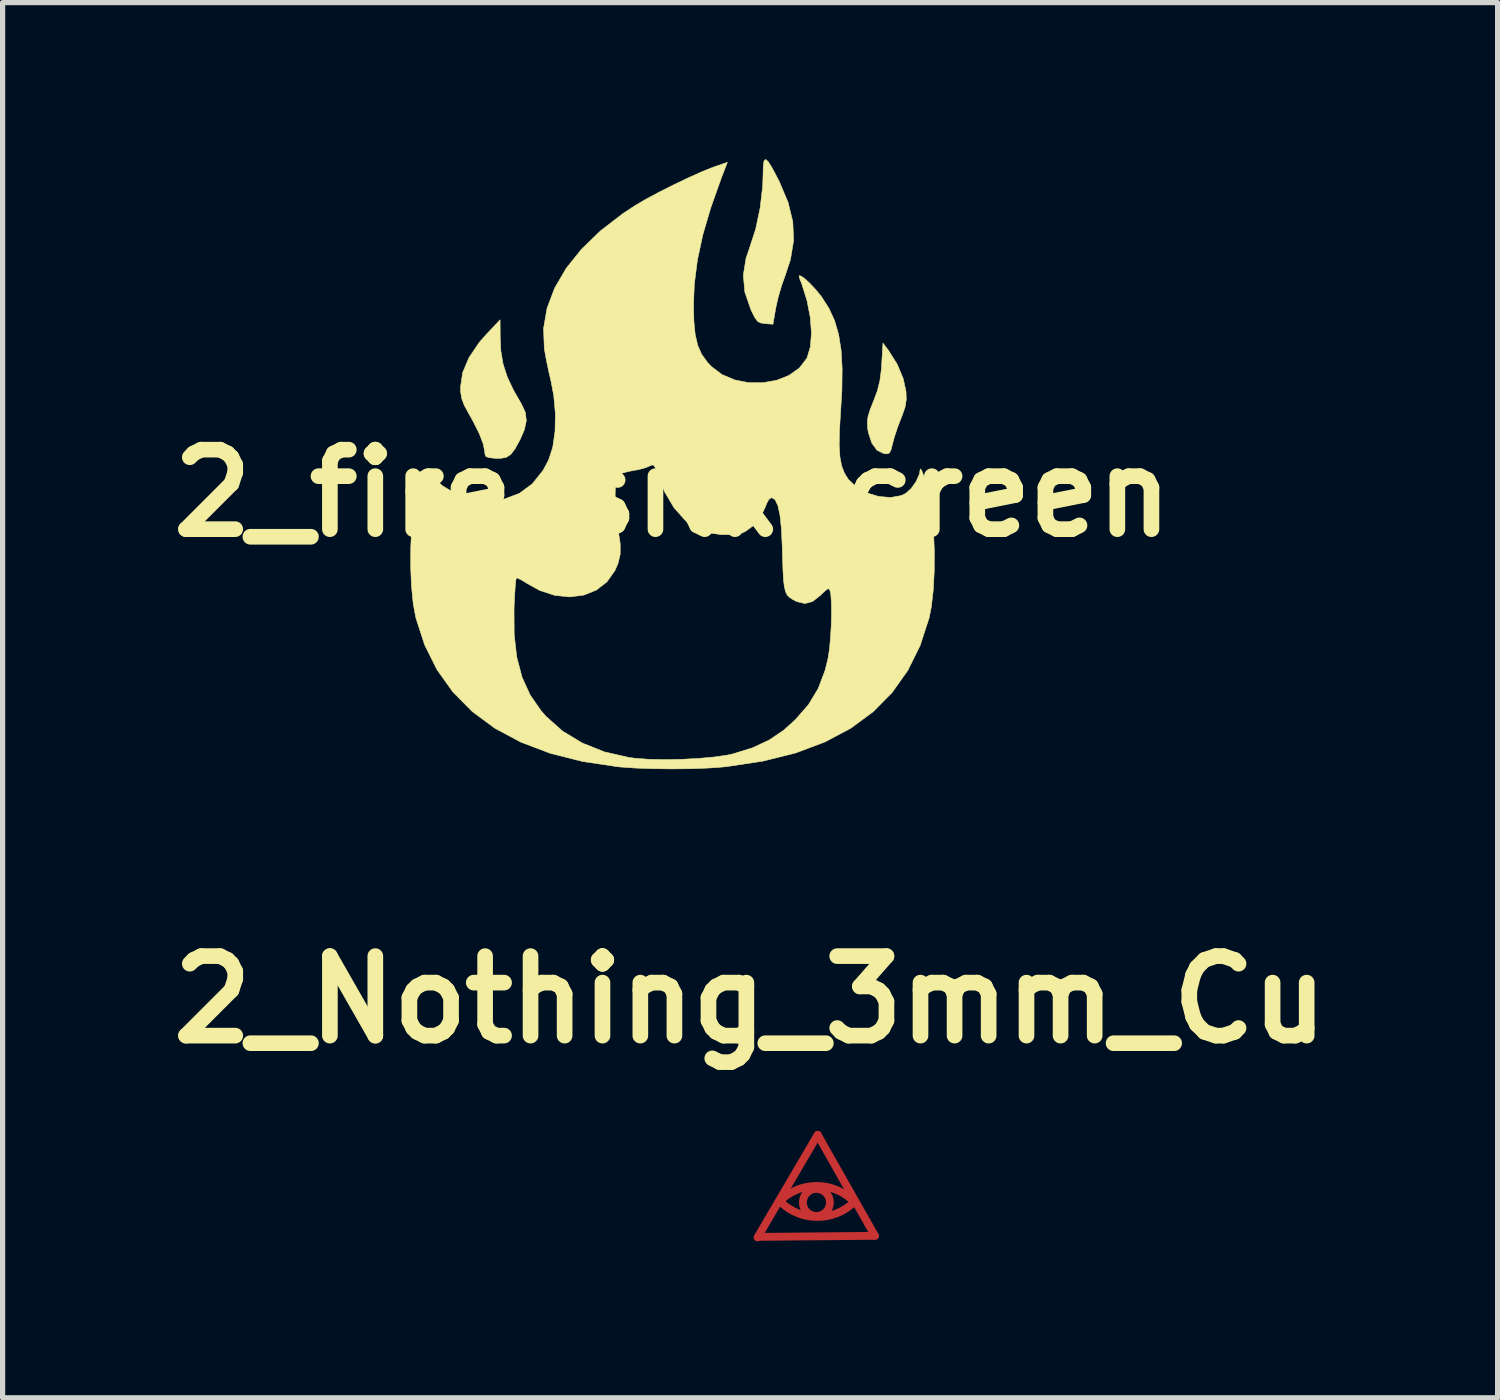
<source format=kicad_pcb>
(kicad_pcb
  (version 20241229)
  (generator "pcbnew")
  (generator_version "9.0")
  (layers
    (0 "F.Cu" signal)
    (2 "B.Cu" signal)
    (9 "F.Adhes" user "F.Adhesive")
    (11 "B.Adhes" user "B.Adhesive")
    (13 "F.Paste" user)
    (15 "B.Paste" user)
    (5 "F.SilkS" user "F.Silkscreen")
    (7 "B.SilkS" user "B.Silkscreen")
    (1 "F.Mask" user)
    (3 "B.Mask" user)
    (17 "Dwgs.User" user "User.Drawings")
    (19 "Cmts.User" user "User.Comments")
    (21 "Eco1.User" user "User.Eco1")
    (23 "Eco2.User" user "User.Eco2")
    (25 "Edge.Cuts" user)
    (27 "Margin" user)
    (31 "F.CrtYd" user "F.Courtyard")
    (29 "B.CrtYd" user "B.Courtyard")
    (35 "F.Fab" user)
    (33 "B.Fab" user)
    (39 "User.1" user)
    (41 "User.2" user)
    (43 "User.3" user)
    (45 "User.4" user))
  (footprint "2_fire_silkscreen"
    (layer "F.Cu")
    (at 9.841 6.404)
    (property "Reference" "2_fire_silkscreen" (at 0 0 0) (layer "F.SilkS") (effects (font (size 1.524 1.524) (thickness 0.3))))
    (attr through_hole)
    (fp_poly (pts (xy 4.137 -2.741) (xy 4.306 -2.474) (xy 4.422 -2.198) (xy 4.476 -1.95) (xy 4.481 -1.792) (xy 4.458 -1.65) (xy 4.4 -1.484) (xy 4.385 -1.447) (xy 4.316 -1.268) (xy 4.254 -1.08) (xy 4.221 -0.96) (xy 4.189 -0.833) (xy 4.157 -0.77) (xy 4.11 -0.753) (xy 4.045 -0.761) (xy 3.919 -0.825) (xy 3.82 -0.961) (xy 3.755 -1.16) (xy 3.741 -1.239) (xy 3.733 -1.356) (xy 3.748 -1.471) (xy 3.792 -1.612) (xy 3.851 -1.76) (xy 3.928 -1.965) (xy 3.975 -2.156) (xy 4.003 -2.372) (xy 4.01 -2.482) (xy 4.034 -2.878) (xy 4.137 -2.741)) (stroke (width 0.01) (type solid)) (fill yes) (layer "F.SilkS"))
    (fp_poly (pts (xy 1.833 -6.357) (xy 1.906 -6.242) (xy 2.007 -6.051) (xy 2.05 -5.966) (xy 2.216 -5.573) (xy 2.306 -5.203) (xy 2.321 -4.842) (xy 2.261 -4.478) (xy 2.163 -4.182) (xy 2.09 -3.976) (xy 2.024 -3.749) (xy 1.979 -3.549) (xy 1.979 -3.547) (xy 1.926 -3.239) (xy 1.772 -3.251) (xy 1.687 -3.264) (xy 1.628 -3.297) (xy 1.576 -3.369) (xy 1.512 -3.497) (xy 1.499 -3.527) (xy 1.387 -3.854) (xy 1.357 -4.176) (xy 1.409 -4.503) (xy 1.477 -4.702) (xy 1.594 -5.063) (xy 1.68 -5.469) (xy 1.728 -5.884) (xy 1.736 -6.107) (xy 1.74 -6.272) (xy 1.754 -6.37) (xy 1.784 -6.399) (xy 1.833 -6.357)) (stroke (width 0.01) (type solid)) (fill yes) (layer "F.SilkS"))
    (fp_poly (pts (xy -3.303 -3.004) (xy -3.29 -2.723) (xy -3.247 -2.473) (xy -3.168 -2.23) (xy -3.045 -1.969) (xy -2.898 -1.714) (xy -2.822 -1.552) (xy -2.802 -1.394) (xy -2.839 -1.217) (xy -2.921 -1.029) (xy -3.017 -0.853) (xy -3.101 -0.742) (xy -3.192 -0.685) (xy -3.307 -0.667) (xy -3.397 -0.669) (xy -3.519 -0.681) (xy -3.579 -0.706) (xy -3.597 -0.757) (xy -3.598 -0.785) (xy -3.625 -0.935) (xy -3.703 -1.14) (xy -3.829 -1.391) (xy -3.903 -1.523) (xy -3.993 -1.688) (xy -4.042 -1.819) (xy -4.062 -1.949) (xy -4.064 -2.031) (xy -4.023 -2.309) (xy -3.902 -2.598) (xy -3.705 -2.89) (xy -3.562 -3.052) (xy -3.305 -3.323) (xy -3.303 -3.004)) (stroke (width 0.01) (type solid)) (fill yes) (layer "F.SilkS"))
    (fp_poly (pts (xy 0.943 -6.061) (xy 0.737 -5.483) (xy 0.582 -4.957) (xy 0.477 -4.468) (xy 0.418 -4.005) (xy 0.403 -3.619) (xy 0.41 -3.295) (xy 0.435 -3.038) (xy 0.484 -2.832) (xy 0.559 -2.662) (xy 0.667 -2.512) (xy 0.743 -2.43) (xy 0.949 -2.274) (xy 1.193 -2.171) (xy 1.459 -2.119) (xy 1.732 -2.118) (xy 1.994 -2.164) (xy 2.232 -2.258) (xy 2.43 -2.398) (xy 2.571 -2.581) (xy 2.581 -2.6) (xy 2.643 -2.808) (xy 2.663 -3.07) (xy 2.641 -3.369) (xy 2.579 -3.688) (xy 2.479 -4.009) (xy 2.433 -4.125) (xy 2.427 -4.17) (xy 2.466 -4.162) (xy 2.538 -4.11) (xy 2.631 -4.024) (xy 2.735 -3.914) (xy 2.837 -3.79) (xy 2.858 -3.763) (xy 2.999 -3.543) (xy 3.107 -3.307) (xy 3.184 -3.043) (xy 3.232 -2.74) (xy 3.252 -2.388) (xy 3.247 -1.975) (xy 3.221 -1.54) (xy 3.2 -1.193) (xy 3.195 -0.916) (xy 3.209 -0.697) (xy 3.242 -0.523) (xy 3.297 -0.382) (xy 3.371 -0.264) (xy 3.528 -0.115) (xy 3.73 -0.004) (xy 3.955 0.063) (xy 4.18 0.082) (xy 4.383 0.046) (xy 4.47 0.005) (xy 4.575 -0.09) (xy 4.669 -0.223) (xy 4.731 -0.362) (xy 4.743 -0.43) (xy 4.753 -0.467) (xy 4.778 -0.432) (xy 4.814 -0.334) (xy 4.857 -0.183) (xy 4.905 0.012) (xy 4.918 0.071) (xy 4.97 0.375) (xy 5.003 0.729) (xy 5.019 1.109) (xy 5.017 1.492) (xy 4.998 1.857) (xy 4.961 2.179) (xy 4.92 2.387) (xy 4.747 2.919) (xy 4.511 3.396) (xy 4.211 3.819) (xy 3.846 4.189) (xy 3.418 4.505) (xy 2.923 4.768) (xy 2.364 4.978) (xy 1.738 5.135) (xy 1.046 5.24) (xy 0.98 5.247) (xy 0.695 5.268) (xy 0.354 5.281) (xy -0.016 5.285) (xy -0.386 5.28) (xy -0.729 5.268) (xy -1.018 5.247) (xy -1.037 5.245) (xy -1.722 5.143) (xy -2.346 4.985) (xy -2.907 4.772) (xy -3.406 4.505) (xy -3.84 4.184) (xy -4.209 3.811) (xy -4.514 3.384) (xy -4.752 2.906) (xy -4.919 2.392) (xy -4.953 2.212) (xy -3.038 2.212) (xy -3.035 2.71) (xy -2.985 3.145) (xy -2.884 3.527) (xy -2.73 3.866) (xy -2.519 4.17) (xy -2.428 4.275) (xy -2.108 4.56) (xy -1.73 4.789) (xy -1.303 4.959) (xy -0.837 5.065) (xy -0.726 5.08) (xy -0.463 5.1) (xy -0.156 5.107) (xy 0.171 5.101) (xy 0.496 5.084) (xy 0.796 5.057) (xy 1.047 5.021) (xy 1.157 4.997) (xy 1.534 4.88) (xy 1.852 4.732) (xy 2.133 4.542) (xy 2.353 4.343) (xy 2.608 4.051) (xy 2.794 3.742) (xy 2.925 3.395) (xy 2.981 3.166) (xy 3.008 2.994) (xy 3.028 2.779) (xy 3.042 2.545) (xy 3.048 2.312) (xy 3.046 2.105) (xy 3.035 1.945) (xy 3.023 1.881) (xy 3.005 1.836) (xy 2.973 1.834) (xy 2.912 1.883) (xy 2.838 1.955) (xy 2.686 2.075) (xy 2.539 2.115) (xy 2.382 2.078) (xy 2.299 2.034) (xy 2.241 1.995) (xy 2.197 1.949) (xy 2.166 1.885) (xy 2.143 1.79) (xy 2.127 1.653) (xy 2.117 1.461) (xy 2.108 1.203) (xy 2.104 1.037) (xy 2.088 0.69) (xy 2.061 0.424) (xy 2.02 0.237) (xy 1.966 0.124) (xy 1.897 0.085) (xy 1.893 0.085) (xy 1.845 0.121) (xy 1.797 0.214) (xy 1.783 0.255) (xy 1.692 0.449) (xy 1.554 0.618) (xy 1.39 0.737) (xy 1.325 0.765) (xy 1.145 0.796) (xy 0.925 0.793) (xy 0.701 0.76) (xy 0.51 0.699) (xy 0.484 0.687) (xy 0.242 0.518) (xy 0.027 0.276) (xy -0.153 -0.029) (xy -0.273 -0.328) (xy -0.318 -0.461) (xy -0.351 -0.527) (xy -0.388 -0.543) (xy -0.442 -0.521) (xy -0.458 -0.512) (xy -0.552 -0.477) (xy -0.656 -0.452) (xy -0.844 -0.417) (xy -0.963 -0.385) (xy -1.032 -0.35) (xy -1.067 -0.306) (xy -1.075 -0.281) (xy -1.095 -0.143) (xy -1.1 0.052) (xy -1.091 0.28) (xy -1.07 0.515) (xy -1.038 0.729) (xy -1.002 0.974) (xy -1.003 1.17) (xy -1.043 1.343) (xy -1.103 1.482) (xy -1.256 1.699) (xy -1.46 1.857) (xy -1.703 1.954) (xy -1.973 1.988) (xy -2.259 1.958) (xy -2.55 1.862) (xy -2.788 1.729) (xy -2.896 1.663) (xy -2.972 1.627) (xy -2.995 1.626) (xy -3.004 1.674) (xy -3.015 1.79) (xy -3.026 1.959) (xy -3.036 2.163) (xy -3.038 2.212) (xy -4.953 2.212) (xy -4.97 2.119) (xy -5.003 1.785) (xy -5.019 1.416) (xy -5.017 1.032) (xy -4.999 0.658) (xy -4.962 0.317) (xy -4.921 0.085) (xy -4.868 -0.154) (xy -4.827 -0.319) (xy -4.793 -0.417) (xy -4.759 -0.457) (xy -4.719 -0.448) (xy -4.666 -0.396) (xy -4.603 -0.321) (xy -4.412 -0.144) (xy -4.16 0.008) (xy -3.99 0.085) (xy -3.849 0.128) (xy -3.695 0.146) (xy -3.557 0.148) (xy -3.224 0.112) (xy -2.935 0.003) (xy -2.688 -0.179) (xy -2.484 -0.434) (xy -2.376 -0.633) (xy -2.296 -0.88) (xy -2.252 -1.183) (xy -2.245 -1.519) (xy -2.276 -1.868) (xy -2.327 -2.138) (xy -2.375 -2.345) (xy -2.419 -2.557) (xy -2.451 -2.735) (xy -2.457 -2.773) (xy -2.472 -3.158) (xy -2.405 -3.546) (xy -2.259 -3.932) (xy -2.038 -4.311) (xy -1.743 -4.679) (xy -1.379 -5.031) (xy -0.947 -5.363) (xy -0.716 -5.515) (xy -0.509 -5.636) (xy -0.255 -5.772) (xy 0.023 -5.912) (xy 0.301 -6.045) (xy 0.557 -6.16) (xy 0.769 -6.245) (xy 0.812 -6.261) (xy 1.052 -6.343) (xy 0.943 -6.061)) (stroke (width 0.01) (type solid)) (fill yes) (layer "F.SilkS")))
  (footprint "2_Nothing_3mm_Cu"
    (layer "F.Cu")
    (at 12.624 18.759)
    (property "Reference" "2_Nothing_3mm_Cu" (at -1.295 -2.647 0) (layer "F.SilkS") (effects (font (size 1.524 1.524) (thickness 0.3))))
    (attr through_hole)
    (fp_line (start -1.153 1.91) (end 0 -0.056) (stroke (width 0.15) (type solid)) (layer "F.Cu"))
    (fp_line (start 0 -0.056) (end 1.097 1.88) (stroke (width 0.15) (type solid)) (layer "F.Cu"))
    (fp_line (start 1.097 1.88) (end -1.143 1.9) (stroke (width 0.15) (type solid)) (layer "F.Cu"))
    (fp_arc (start -0.75184 1.23952) (mid -0.020962 0.924201) (end 0.710317 1.238587) (stroke (width 0.15) (type solid)) (layer "F.Cu"))
    (fp_arc (start 0.70104 1.22936) (mid 0.005291 1.518841) (end -0.69628 1.243768) (stroke (width 0.15) (type solid)) (layer "F.Cu"))
    (fp_circle (center -0.025 1.24) (end 0.066 1.483) (stroke (width 0.15) (type solid)) (fill no) (layer "F.Cu")))
  (gr_rect
    (start -3 -3)
    (end 25.657 23.744)
    (stroke (width 0.1) (type default))
    (fill no)
    (layer "Edge.Cuts")))
</source>
